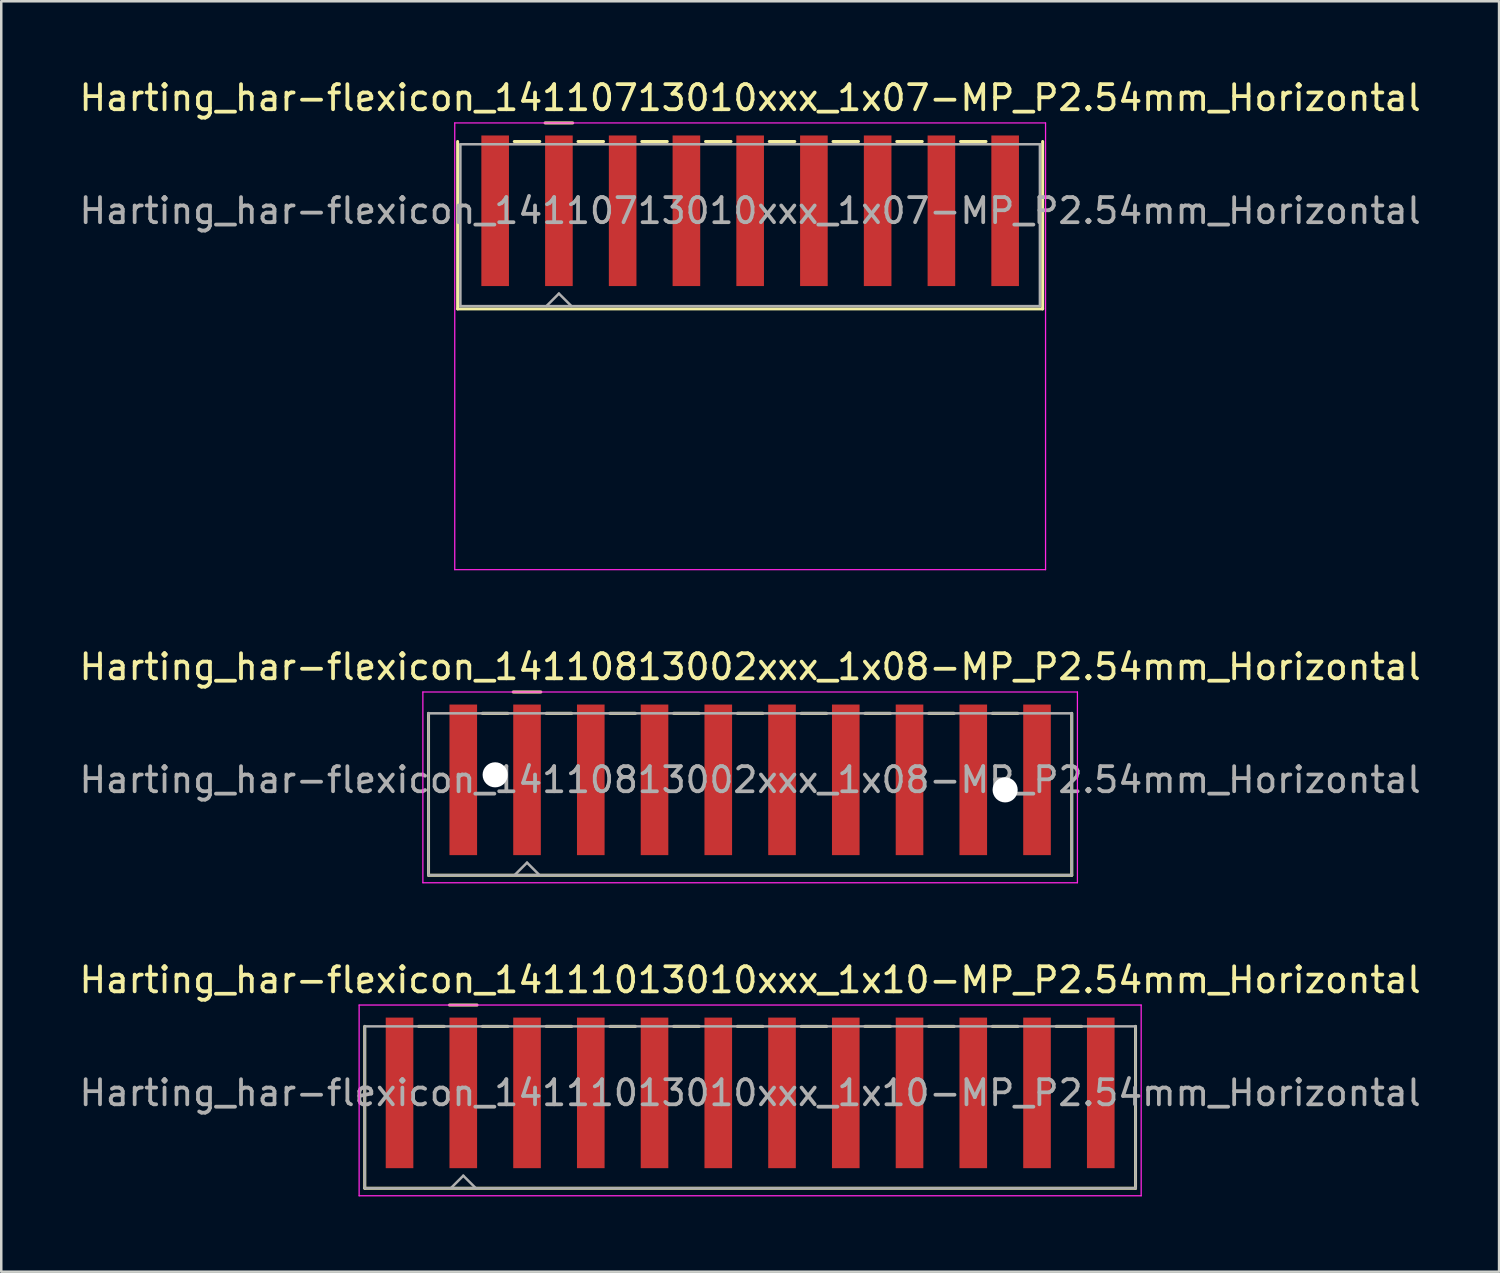
<source format=kicad_pcb>
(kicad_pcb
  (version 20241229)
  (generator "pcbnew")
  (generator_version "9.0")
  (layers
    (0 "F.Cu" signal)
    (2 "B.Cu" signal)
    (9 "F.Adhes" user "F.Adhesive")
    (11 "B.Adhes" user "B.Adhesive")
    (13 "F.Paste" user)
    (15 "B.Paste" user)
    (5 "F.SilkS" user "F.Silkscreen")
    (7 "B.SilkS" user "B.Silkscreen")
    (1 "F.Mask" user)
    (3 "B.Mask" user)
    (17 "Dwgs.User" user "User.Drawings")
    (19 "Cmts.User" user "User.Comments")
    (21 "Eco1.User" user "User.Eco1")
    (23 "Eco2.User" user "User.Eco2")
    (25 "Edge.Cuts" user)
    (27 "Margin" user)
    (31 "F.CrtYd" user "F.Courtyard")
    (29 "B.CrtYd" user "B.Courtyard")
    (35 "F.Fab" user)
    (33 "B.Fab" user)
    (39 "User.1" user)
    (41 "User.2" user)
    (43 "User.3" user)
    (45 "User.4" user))
  (footprint "Harting_har-flexicon_14111013010xxx_1x10-MP_P2.54mm_Horizontal"
    (layer "F.Cu")
    (at 26.839 41.795)
    (property "Reference" "Harting_har-flexicon_14111013010xxx_1x10-MP_P2.54mm_Horizontal" (at 0 -5.8 0) (layer "F.SilkS") (effects (font (size 1 1) (thickness 0.15))))
    (attr smd)
    (fp_line (start -15.355 -3.95) (end -15.355 2.5) (stroke (width 0.12) (type solid)) (layer "F.SilkS"))
    (fp_line (start -13.208 -3.95) (end -12.192 -3.95) (stroke (width 0.12) (type solid)) (layer "F.SilkS"))
    (fp_line (start -11.98 -4.8) (end -10.88 -4.8) (stroke (width 0.12) (type solid)) (layer "F.SilkS"))
    (fp_line (start -10.668 -3.95) (end -9.652 -3.95) (stroke (width 0.12) (type solid)) (layer "F.SilkS"))
    (fp_line (start -8.128 -3.95) (end -7.112 -3.95) (stroke (width 0.12) (type solid)) (layer "F.SilkS"))
    (fp_line (start -5.588 -3.95) (end -4.572 -3.95) (stroke (width 0.12) (type solid)) (layer "F.SilkS"))
    (fp_line (start -3.048 -3.95) (end -2.032 -3.95) (stroke (width 0.12) (type solid)) (layer "F.SilkS"))
    (fp_line (start -0.508 -3.95) (end 0.508 -3.95) (stroke (width 0.12) (type solid)) (layer "F.SilkS"))
    (fp_line (start 2.032 -3.95) (end 3.048 -3.95) (stroke (width 0.12) (type solid)) (layer "F.SilkS"))
    (fp_line (start 4.572 -3.95) (end 5.588 -3.95) (stroke (width 0.12) (type solid)) (layer "F.SilkS"))
    (fp_line (start 7.112 -3.95) (end 8.128 -3.95) (stroke (width 0.12) (type solid)) (layer "F.SilkS"))
    (fp_line (start 9.652 -3.95) (end 10.668 -3.95) (stroke (width 0.12) (type solid)) (layer "F.SilkS"))
    (fp_line (start 12.192 -3.95) (end 13.208 -3.95) (stroke (width 0.12) (type solid)) (layer "F.SilkS"))
    (fp_line (start 15.355 -3.95) (end 15.355 2.5) (stroke (width 0.12) (type solid)) (layer "F.SilkS"))
    (fp_line (start 15.355 2.5) (end -15.355 2.5) (stroke (width 0.12) (type solid)) (layer "F.SilkS"))
    (fp_line (start -15.58 -4.8) (end -15.58 2.8) (stroke (width 0.05) (type solid)) (layer "F.CrtYd"))
    (fp_line (start -15.58 2.8) (end 15.58 2.8) (stroke (width 0.05) (type solid)) (layer "F.CrtYd"))
    (fp_line (start 15.58 -4.8) (end -15.58 -4.8) (stroke (width 0.05) (type solid)) (layer "F.CrtYd"))
    (fp_line (start 15.58 2.8) (end 15.58 -4.8) (stroke (width 0.05) (type solid)) (layer "F.CrtYd"))
    (fp_line (start -15.355 -3.95) (end -15.355 2.5) (stroke (width 0.1) (type solid)) (layer "F.Fab"))
    (fp_line (start -15.355 2.5) (end 15.355 2.5) (stroke (width 0.1) (type solid)) (layer "F.Fab"))
    (fp_line (start -11.93 2.5) (end -11.43 2) (stroke (width 0.1) (type solid)) (layer "F.Fab"))
    (fp_line (start -11.43 2) (end -10.93 2.5) (stroke (width 0.1) (type solid)) (layer "F.Fab"))
    (fp_line (start 15.355 -3.95) (end -15.355 -3.95) (stroke (width 0.1) (type solid)) (layer "F.Fab"))
    (fp_line (start 15.355 2.5) (end 15.355 -3.95) (stroke (width 0.1) (type solid)) (layer "F.Fab"))
    (fp_text user "${REFERENCE}" (at 0 -1.3 0) (layer "F.Fab") (effects (font (size 1 1) (thickness 0.15))))
    (pad "1" smd rect (at -11.43 -1.3) (size 1.1 6) (layers "F.Cu" "F.Mask" "F.Paste"))
    (pad "2" smd rect (at -8.89 -1.3) (size 1.1 6) (layers "F.Cu" "F.Mask" "F.Paste"))
    (pad "3" smd rect (at -6.35 -1.3) (size 1.1 6) (layers "F.Cu" "F.Mask" "F.Paste"))
    (pad "4" smd rect (at -3.81 -1.3) (size 1.1 6) (layers "F.Cu" "F.Mask" "F.Paste"))
    (pad "5" smd rect (at -1.27 -1.3) (size 1.1 6) (layers "F.Cu" "F.Mask" "F.Paste"))
    (pad "6" smd rect (at 1.27 -1.3) (size 1.1 6) (layers "F.Cu" "F.Mask" "F.Paste"))
    (pad "7" smd rect (at 3.81 -1.3) (size 1.1 6) (layers "F.Cu" "F.Mask" "F.Paste"))
    (pad "8" smd rect (at 6.35 -1.3) (size 1.1 6) (layers "F.Cu" "F.Mask" "F.Paste"))
    (pad "9" smd rect (at 8.89 -1.3) (size 1.1 6) (layers "F.Cu" "F.Mask" "F.Paste"))
    (pad "10" smd rect (at 11.43 -1.3) (size 1.1 6) (layers "F.Cu" "F.Mask" "F.Paste"))
    (pad "MP" smd rect (at -13.97 -1.3) (size 1.1 6) (layers "F.Cu" "F.Mask" "F.Paste"))
    (pad "MP" smd rect (at 13.97 -1.3) (size 1.1 6) (layers "F.Cu" "F.Mask" "F.Paste")))
  (footprint "Harting_har-flexicon_14110813002xxx_1x08-MP_P2.54mm_Horizontal"
    (layer "F.Cu")
    (at 26.839 29.322)
    (property "Reference" "Harting_har-flexicon_14110813002xxx_1x08-MP_P2.54mm_Horizontal" (at 0 -5.8 0) (layer "F.SilkS") (effects (font (size 1 1) (thickness 0.15))))
    (attr smd)
    (fp_line (start -12.815 -3.95) (end -12.815 2.5) (stroke (width 0.12) (type solid)) (layer "F.SilkS"))
    (fp_line (start -10.668 -3.95) (end -9.652 -3.95) (stroke (width 0.12) (type solid)) (layer "F.SilkS"))
    (fp_line (start -9.44 -4.8) (end -8.34 -4.8) (stroke (width 0.12) (type solid)) (layer "F.SilkS"))
    (fp_line (start -8.128 -3.95) (end -7.112 -3.95) (stroke (width 0.12) (type solid)) (layer "F.SilkS"))
    (fp_line (start -5.588 -3.95) (end -4.572 -3.95) (stroke (width 0.12) (type solid)) (layer "F.SilkS"))
    (fp_line (start -3.048 -3.95) (end -2.032 -3.95) (stroke (width 0.12) (type solid)) (layer "F.SilkS"))
    (fp_line (start -0.508 -3.95) (end 0.508 -3.95) (stroke (width 0.12) (type solid)) (layer "F.SilkS"))
    (fp_line (start 2.032 -3.95) (end 3.048 -3.95) (stroke (width 0.12) (type solid)) (layer "F.SilkS"))
    (fp_line (start 4.572 -3.95) (end 5.588 -3.95) (stroke (width 0.12) (type solid)) (layer "F.SilkS"))
    (fp_line (start 7.112 -3.95) (end 8.128 -3.95) (stroke (width 0.12) (type solid)) (layer "F.SilkS"))
    (fp_line (start 9.652 -3.95) (end 10.668 -3.95) (stroke (width 0.12) (type solid)) (layer "F.SilkS"))
    (fp_line (start 12.815 -3.95) (end 12.815 2.5) (stroke (width 0.12) (type solid)) (layer "F.SilkS"))
    (fp_line (start 12.815 2.5) (end -12.815 2.5) (stroke (width 0.12) (type solid)) (layer "F.SilkS"))
    (fp_line (start -13.04 -4.8) (end -13.04 2.8) (stroke (width 0.05) (type solid)) (layer "F.CrtYd"))
    (fp_line (start -13.04 2.8) (end 13.04 2.8) (stroke (width 0.05) (type solid)) (layer "F.CrtYd"))
    (fp_line (start 13.04 -4.8) (end -13.04 -4.8) (stroke (width 0.05) (type solid)) (layer "F.CrtYd"))
    (fp_line (start 13.04 2.8) (end 13.04 -4.8) (stroke (width 0.05) (type solid)) (layer "F.CrtYd"))
    (fp_line (start -12.815 -3.95) (end -12.815 2.5) (stroke (width 0.1) (type solid)) (layer "F.Fab"))
    (fp_line (start -12.815 2.5) (end 12.815 2.5) (stroke (width 0.1) (type solid)) (layer "F.Fab"))
    (fp_line (start -9.39 2.5) (end -8.89 2) (stroke (width 0.1) (type solid)) (layer "F.Fab"))
    (fp_line (start -8.89 2) (end -8.39 2.5) (stroke (width 0.1) (type solid)) (layer "F.Fab"))
    (fp_line (start 12.815 -3.95) (end -12.815 -3.95) (stroke (width 0.1) (type solid)) (layer "F.Fab"))
    (fp_line (start 12.815 2.5) (end 12.815 -3.95) (stroke (width 0.1) (type solid)) (layer "F.Fab"))
    (fp_text user "${REFERENCE}" (at 0 -1.3 0) (layer "F.Fab") (effects (font (size 1 1) (thickness 0.15))))
    (pad "" np_thru_hole circle (at -10.16 -1.5) (size 1 1) (drill 1) (layers "*.Cu" "*.Mask"))
    (pad "" np_thru_hole circle (at 10.16 -0.9) (size 1 1) (drill 1) (layers "*.Cu" "*.Mask"))
    (pad "1" smd rect (at -8.89 -1.3) (size 1.1 6) (layers "F.Cu" "F.Mask" "F.Paste"))
    (pad "2" smd rect (at -6.35 -1.3) (size 1.1 6) (layers "F.Cu" "F.Mask" "F.Paste"))
    (pad "3" smd rect (at -3.81 -1.3) (size 1.1 6) (layers "F.Cu" "F.Mask" "F.Paste"))
    (pad "4" smd rect (at -1.27 -1.3) (size 1.1 6) (layers "F.Cu" "F.Mask" "F.Paste"))
    (pad "5" smd rect (at 1.27 -1.3) (size 1.1 6) (layers "F.Cu" "F.Mask" "F.Paste"))
    (pad "6" smd rect (at 3.81 -1.3) (size 1.1 6) (layers "F.Cu" "F.Mask" "F.Paste"))
    (pad "7" smd rect (at 6.35 -1.3) (size 1.1 6) (layers "F.Cu" "F.Mask" "F.Paste"))
    (pad "8" smd rect (at 8.89 -1.3) (size 1.1 6) (layers "F.Cu" "F.Mask" "F.Paste"))
    (pad "MP" smd rect (at -11.43 -1.3) (size 1.1 6) (layers "F.Cu" "F.Mask" "F.Paste"))
    (pad "MP" smd rect (at 11.43 -1.3) (size 1.1 6) (layers "F.Cu" "F.Mask" "F.Paste")))
  (footprint "Harting_har-flexicon_14110713010xxx_1x07-MP_P2.54mm_Horizontal"
    (layer "F.Cu")
    (at 26.839 6.648)
    (property "Reference" "Harting_har-flexicon_14110713010xxx_1x07-MP_P2.54mm_Horizontal" (at 0 -5.8 0) (layer "F.SilkS") (effects (font (size 1 1) (thickness 0.15))))
    (attr smd)
    (fp_line (start -11.655 -4.06) (end -11.655 2.61) (stroke (width 0.12) (type solid)) (layer "F.SilkS"))
    (fp_line (start -9.398 -4.06) (end -8.382 -4.06) (stroke (width 0.12) (type solid)) (layer "F.SilkS"))
    (fp_line (start -8.17 -4.8) (end -7.07 -4.8) (stroke (width 0.12) (type solid)) (layer "F.SilkS"))
    (fp_line (start -6.858 -4.06) (end -5.842 -4.06) (stroke (width 0.12) (type solid)) (layer "F.SilkS"))
    (fp_line (start -4.318 -4.06) (end -3.302 -4.06) (stroke (width 0.12) (type solid)) (layer "F.SilkS"))
    (fp_line (start -1.778 -4.06) (end -0.762 -4.06) (stroke (width 0.12) (type solid)) (layer "F.SilkS"))
    (fp_line (start 0.762 -4.06) (end 1.778 -4.06) (stroke (width 0.12) (type solid)) (layer "F.SilkS"))
    (fp_line (start 3.302 -4.06) (end 4.318 -4.06) (stroke (width 0.12) (type solid)) (layer "F.SilkS"))
    (fp_line (start 5.842 -4.06) (end 6.858 -4.06) (stroke (width 0.12) (type solid)) (layer "F.SilkS"))
    (fp_line (start 8.382 -4.06) (end 9.398 -4.06) (stroke (width 0.12) (type solid)) (layer "F.SilkS"))
    (fp_line (start 11.655 -4.06) (end 11.655 2.61) (stroke (width 0.12) (type solid)) (layer "F.SilkS"))
    (fp_line (start 11.655 2.61) (end -11.655 2.61) (stroke (width 0.12) (type solid)) (layer "F.SilkS"))
    (fp_line (start -11.77 -4.8) (end -11.77 13) (stroke (width 0.05) (type solid)) (layer "F.CrtYd"))
    (fp_line (start -11.77 13) (end 11.77 13) (stroke (width 0.05) (type solid)) (layer "F.CrtYd"))
    (fp_line (start 11.77 -4.8) (end -11.77 -4.8) (stroke (width 0.05) (type solid)) (layer "F.CrtYd"))
    (fp_line (start 11.77 13) (end 11.77 -4.8) (stroke (width 0.05) (type solid)) (layer "F.CrtYd"))
    (fp_line (start -11.545 -3.95) (end -11.545 2.5) (stroke (width 0.1) (type solid)) (layer "F.Fab"))
    (fp_line (start -11.545 2.5) (end 11.545 2.5) (stroke (width 0.1) (type solid)) (layer "F.Fab"))
    (fp_line (start -8.12 2.5) (end -7.62 2) (stroke (width 0.1) (type solid)) (layer "F.Fab"))
    (fp_line (start -7.62 2) (end -7.12 2.5) (stroke (width 0.1) (type solid)) (layer "F.Fab"))
    (fp_line (start 11.545 -3.95) (end -11.545 -3.95) (stroke (width 0.1) (type solid)) (layer "F.Fab"))
    (fp_line (start 11.545 2.5) (end 11.545 -3.95) (stroke (width 0.1) (type solid)) (layer "F.Fab"))
    (fp_text user "${REFERENCE}" (at 0 -1.3 0) (layer "F.Fab") (effects (font (size 1 1) (thickness 0.15))))
    (pad "1" smd rect (at -7.62 -1.3) (size 1.1 6) (layers "F.Cu" "F.Mask" "F.Paste"))
    (pad "2" smd rect (at -5.08 -1.3) (size 1.1 6) (layers "F.Cu" "F.Mask" "F.Paste"))
    (pad "3" smd rect (at -2.54 -1.3) (size 1.1 6) (layers "F.Cu" "F.Mask" "F.Paste"))
    (pad "4" smd rect (at 0 -1.3) (size 1.1 6) (layers "F.Cu" "F.Mask" "F.Paste"))
    (pad "5" smd rect (at 2.54 -1.3) (size 1.1 6) (layers "F.Cu" "F.Mask" "F.Paste"))
    (pad "6" smd rect (at 5.08 -1.3) (size 1.1 6) (layers "F.Cu" "F.Mask" "F.Paste"))
    (pad "7" smd rect (at 7.62 -1.3) (size 1.1 6) (layers "F.Cu" "F.Mask" "F.Paste"))
    (pad "MP" smd rect (at -10.16 -1.3) (size 1.1 6) (layers "F.Cu" "F.Mask" "F.Paste"))
    (pad "MP" smd rect (at 10.16 -1.3) (size 1.1 6) (layers "F.Cu" "F.Mask" "F.Paste")))
  (gr_rect
    (start -3 -3)
    (end 56.679 47.62)
    (stroke (width 0.1) (type default))
    (fill no)
    (layer "Edge.Cuts")))
</source>
